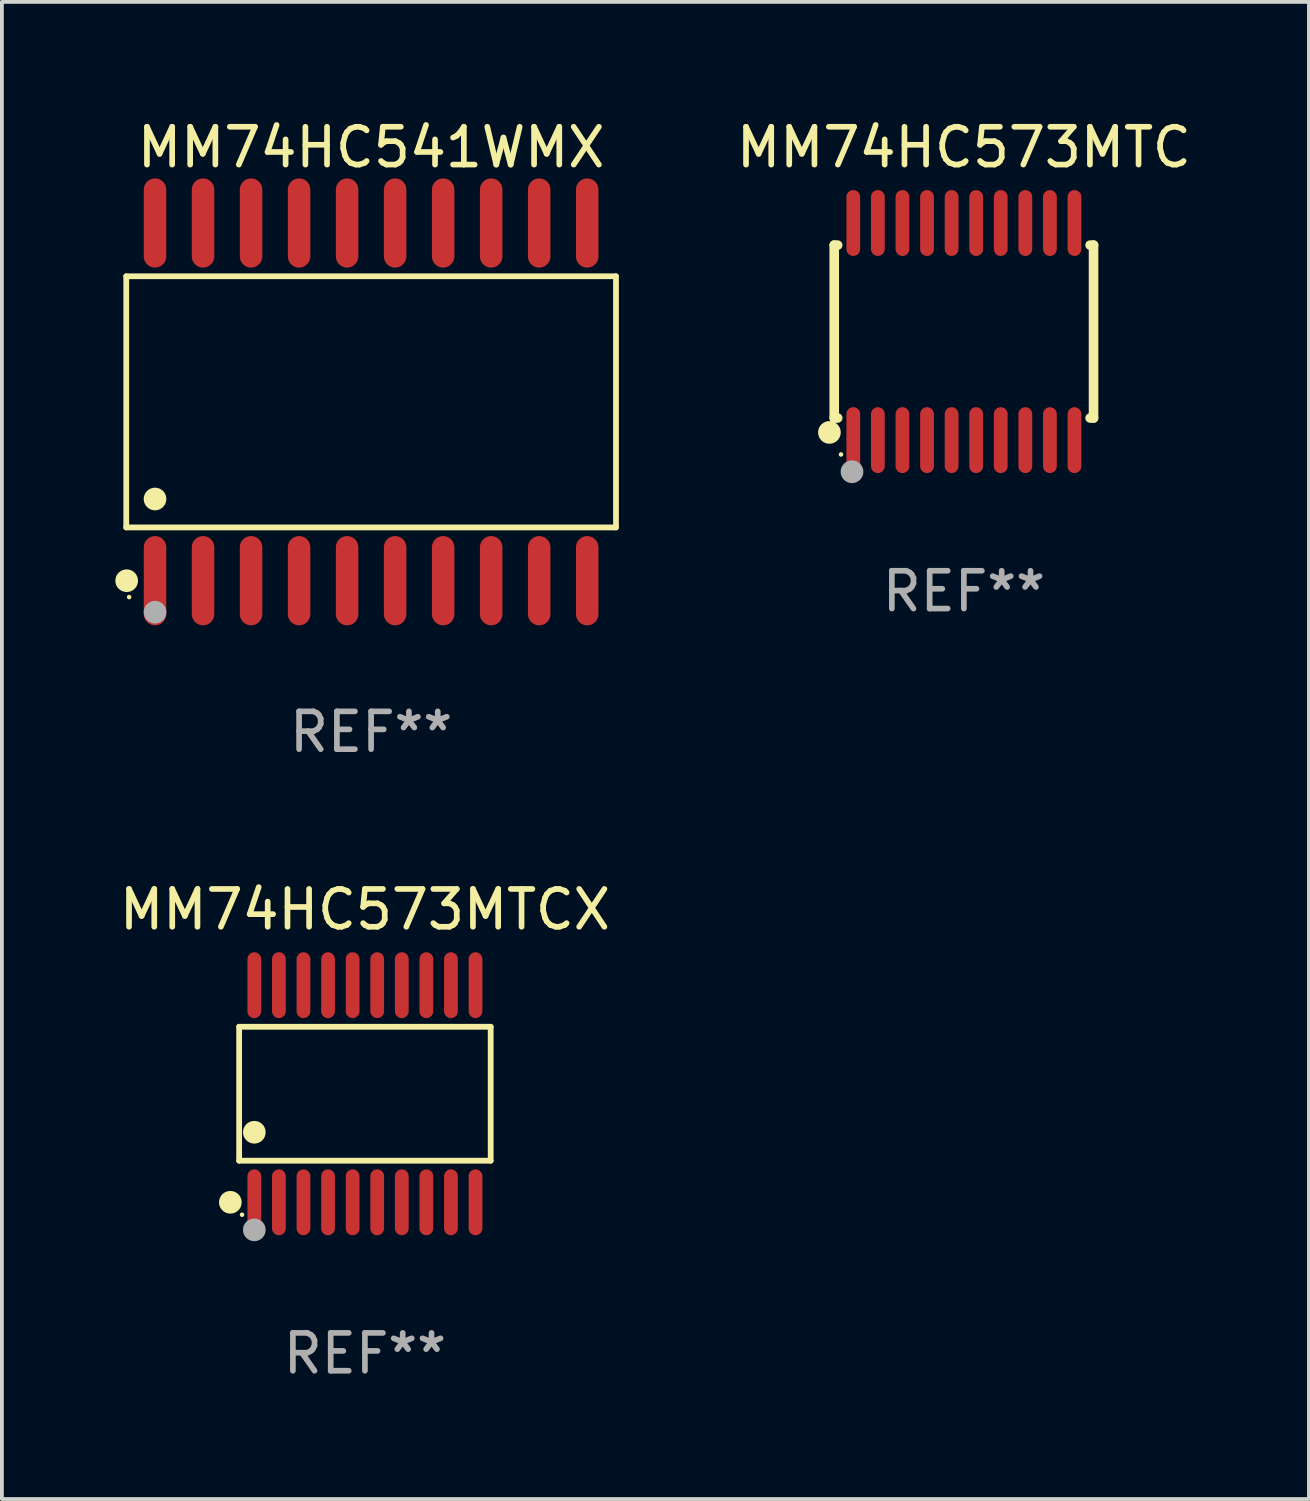
<source format=kicad_pcb>
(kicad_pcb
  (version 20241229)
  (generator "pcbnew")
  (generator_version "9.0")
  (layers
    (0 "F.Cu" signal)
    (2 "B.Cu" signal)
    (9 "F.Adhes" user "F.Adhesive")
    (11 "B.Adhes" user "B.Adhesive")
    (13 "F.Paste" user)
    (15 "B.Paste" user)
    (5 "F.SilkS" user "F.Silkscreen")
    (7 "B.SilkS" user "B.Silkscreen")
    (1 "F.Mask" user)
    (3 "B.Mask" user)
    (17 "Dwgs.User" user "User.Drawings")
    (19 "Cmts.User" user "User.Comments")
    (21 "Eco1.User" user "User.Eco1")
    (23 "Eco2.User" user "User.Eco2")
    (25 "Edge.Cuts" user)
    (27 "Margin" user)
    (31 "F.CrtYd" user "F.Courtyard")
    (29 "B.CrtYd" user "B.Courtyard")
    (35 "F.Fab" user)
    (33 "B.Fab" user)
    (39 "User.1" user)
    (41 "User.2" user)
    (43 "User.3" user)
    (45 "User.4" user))
  (footprint "MM74HC573MTCX"
    (layer "F.Cu")
    (at 6.601 25.876)
    (property "Reference" "MM74HC573MTCX" (at 0 -4.871 0) (layer "F.SilkS") (effects (font (size 1 1) (thickness 0.15))))
    (attr through_hole)
    (fp_line (start -3.326 -1.771) (end 3.326 -1.771) (stroke (width 0.152) (type solid)) (layer "F.SilkS"))
    (fp_line (start -3.326 1.771) (end -3.326 -1.771) (stroke (width 0.152) (type solid)) (layer "F.SilkS"))
    (fp_line (start 3.326 -1.771) (end 3.326 1.771) (stroke (width 0.152) (type solid)) (layer "F.SilkS"))
    (fp_line (start 3.326 1.771) (end -3.326 1.771) (stroke (width 0.152) (type solid)) (layer "F.SilkS"))
    (fp_circle (center -3.559 2.871) (end -3.409 2.871) (stroke (width 0.3) (type solid)) (fill no) (layer "F.SilkS"))
    (fp_circle (center -3.25 3.2) (end -3.22 3.2) (stroke (width 0.06) (type solid)) (fill no) (layer "F.SilkS"))
    (fp_circle (center -2.925 1.019) (end -2.775 1.019) (stroke (width 0.3) (type solid)) (fill no) (layer "F.SilkS"))
    (fp_circle (center -2.925 3.6) (end -2.775 3.6) (stroke (width 0.3) (type solid)) (fill no) (layer "F.Fab"))
    (fp_text user "REF**" (at 0 6.871 0) (layer "F.Fab") (effects (font (size 1 1) (thickness 0.15))))
    (pad "1" smd oval (at -2.925 2.871) (size 0.364 1.742) (layers "F.Cu" "F.Mask" "F.Paste"))
    (pad "2" smd oval (at -2.275 2.871) (size 0.364 1.742) (layers "F.Cu" "F.Mask" "F.Paste"))
    (pad "3" smd oval (at -1.625 2.871) (size 0.364 1.742) (layers "F.Cu" "F.Mask" "F.Paste"))
    (pad "4" smd oval (at -0.975 2.871) (size 0.364 1.742) (layers "F.Cu" "F.Mask" "F.Paste"))
    (pad "5" smd oval (at -0.325 2.871) (size 0.364 1.742) (layers "F.Cu" "F.Mask" "F.Paste"))
    (pad "6" smd oval (at 0.325 2.871) (size 0.364 1.742) (layers "F.Cu" "F.Mask" "F.Paste"))
    (pad "7" smd oval (at 0.975 2.871) (size 0.364 1.742) (layers "F.Cu" "F.Mask" "F.Paste"))
    (pad "8" smd oval (at 1.625 2.871) (size 0.364 1.742) (layers "F.Cu" "F.Mask" "F.Paste"))
    (pad "9" smd oval (at 2.275 2.871) (size 0.364 1.742) (layers "F.Cu" "F.Mask" "F.Paste"))
    (pad "10" smd oval (at 2.925 2.871) (size 0.364 1.742) (layers "F.Cu" "F.Mask" "F.Paste"))
    (pad "11" smd oval (at 2.925 -2.871) (size 0.364 1.742) (layers "F.Cu" "F.Mask" "F.Paste"))
    (pad "12" smd oval (at 2.275 -2.871) (size 0.364 1.742) (layers "F.Cu" "F.Mask" "F.Paste"))
    (pad "13" smd oval (at 1.625 -2.871) (size 0.364 1.742) (layers "F.Cu" "F.Mask" "F.Paste"))
    (pad "14" smd oval (at 0.975 -2.871) (size 0.364 1.742) (layers "F.Cu" "F.Mask" "F.Paste"))
    (pad "15" smd oval (at 0.325 -2.871) (size 0.364 1.742) (layers "F.Cu" "F.Mask" "F.Paste"))
    (pad "16" smd oval (at -0.325 -2.871) (size 0.364 1.742) (layers "F.Cu" "F.Mask" "F.Paste"))
    (pad "17" smd oval (at -0.975 -2.871) (size 0.364 1.742) (layers "F.Cu" "F.Mask" "F.Paste"))
    (pad "18" smd oval (at -1.625 -2.871) (size 0.364 1.742) (layers "F.Cu" "F.Mask" "F.Paste"))
    (pad "19" smd oval (at -2.275 -2.871) (size 0.364 1.742) (layers "F.Cu" "F.Mask" "F.Paste"))
    (pad "20" smd oval (at -2.925 -2.871) (size 0.364 1.742) (layers "F.Cu" "F.Mask" "F.Paste")))
  (footprint "MM74HC541WMX"
    (layer "F.Cu")
    (at 6.765 7.578)
    (property "Reference" "MM74HC541WMX" (at 0 -6.73 0) (layer "F.SilkS") (effects (font (size 1 1) (thickness 0.15))))
    (attr through_hole)
    (fp_line (start -6.476 -3.321) (end 6.476 -3.321) (stroke (width 0.152) (type solid)) (layer "F.SilkS"))
    (fp_line (start -6.476 3.321) (end -6.476 -3.321) (stroke (width 0.152) (type solid)) (layer "F.SilkS"))
    (fp_line (start 6.476 -3.321) (end 6.476 3.321) (stroke (width 0.152) (type solid)) (layer "F.SilkS"))
    (fp_line (start 6.476 3.321) (end -6.476 3.321) (stroke (width 0.152) (type solid)) (layer "F.SilkS"))
    (fp_circle (center -6.465 4.73) (end -6.315 4.73) (stroke (width 0.3) (type solid)) (fill no) (layer "F.SilkS"))
    (fp_circle (center -6.4 5.163) (end -6.37 5.163) (stroke (width 0.06) (type solid)) (fill no) (layer "F.SilkS"))
    (fp_circle (center -5.715 2.569) (end -5.565 2.569) (stroke (width 0.3) (type solid)) (fill no) (layer "F.SilkS"))
    (fp_circle (center -5.715 5.563) (end -5.565 5.563) (stroke (width 0.3) (type solid)) (fill no) (layer "F.Fab"))
    (fp_text user "REF**" (at 0 8.73 0) (layer "F.Fab") (effects (font (size 1 1) (thickness 0.15))))
    (pad "1" smd oval (at -5.715 4.73) (size 0.595 2.36) (layers "F.Cu" "F.Mask" "F.Paste"))
    (pad "2" smd oval (at -4.445 4.73) (size 0.595 2.36) (layers "F.Cu" "F.Mask" "F.Paste"))
    (pad "3" smd oval (at -3.175 4.73) (size 0.595 2.36) (layers "F.Cu" "F.Mask" "F.Paste"))
    (pad "4" smd oval (at -1.905 4.73) (size 0.595 2.36) (layers "F.Cu" "F.Mask" "F.Paste"))
    (pad "5" smd oval (at -0.635 4.73) (size 0.595 2.36) (layers "F.Cu" "F.Mask" "F.Paste"))
    (pad "6" smd oval (at 0.635 4.73) (size 0.595 2.36) (layers "F.Cu" "F.Mask" "F.Paste"))
    (pad "7" smd oval (at 1.905 4.73) (size 0.595 2.36) (layers "F.Cu" "F.Mask" "F.Paste"))
    (pad "8" smd oval (at 3.175 4.73) (size 0.595 2.36) (layers "F.Cu" "F.Mask" "F.Paste"))
    (pad "9" smd oval (at 4.445 4.73) (size 0.595 2.36) (layers "F.Cu" "F.Mask" "F.Paste"))
    (pad "10" smd oval (at 5.715 4.73) (size 0.595 2.36) (layers "F.Cu" "F.Mask" "F.Paste"))
    (pad "11" smd oval (at 5.715 -4.73) (size 0.595 2.36) (layers "F.Cu" "F.Mask" "F.Paste"))
    (pad "12" smd oval (at 4.445 -4.73) (size 0.595 2.36) (layers "F.Cu" "F.Mask" "F.Paste"))
    (pad "13" smd oval (at 3.175 -4.73) (size 0.595 2.36) (layers "F.Cu" "F.Mask" "F.Paste"))
    (pad "14" smd oval (at 1.905 -4.73) (size 0.595 2.36) (layers "F.Cu" "F.Mask" "F.Paste"))
    (pad "15" smd oval (at 0.635 -4.73) (size 0.595 2.36) (layers "F.Cu" "F.Mask" "F.Paste"))
    (pad "16" smd oval (at -0.635 -4.73) (size 0.595 2.36) (layers "F.Cu" "F.Mask" "F.Paste"))
    (pad "17" smd oval (at -1.905 -4.73) (size 0.595 2.36) (layers "F.Cu" "F.Mask" "F.Paste"))
    (pad "18" smd oval (at -3.175 -4.73) (size 0.595 2.36) (layers "F.Cu" "F.Mask" "F.Paste"))
    (pad "19" smd oval (at -4.445 -4.73) (size 0.595 2.36) (layers "F.Cu" "F.Mask" "F.Paste"))
    (pad "20" smd oval (at -5.715 -4.73) (size 0.595 2.36) (layers "F.Cu" "F.Mask" "F.Paste")))
  (footprint "MM74HC573MTC"
    (layer "F.Cu")
    (at 22.442 5.719)
    (property "Reference" "MM74HC573MTC" (at 0 -4.871 0) (layer "F.SilkS") (effects (font (size 1 1) (thickness 0.15))))
    (attr through_hole)
    (fp_line (start -3.429 -2.286) (end -3.429 2.286) (stroke (width 0.254) (type solid)) (layer "F.SilkS"))
    (fp_line (start -3.429 2.286) (end -3.338 2.286) (stroke (width 0.254) (type solid)) (layer "F.SilkS"))
    (fp_line (start -3.338 -2.286) (end -3.429 -2.286) (stroke (width 0.254) (type solid)) (layer "F.SilkS"))
    (fp_line (start 3.338 -2.286) (end 3.429 -2.286) (stroke (width 0.254) (type solid)) (layer "F.SilkS"))
    (fp_line (start 3.429 -2.286) (end 3.429 2.286) (stroke (width 0.254) (type solid)) (layer "F.SilkS"))
    (fp_line (start 3.429 2.286) (end 3.338 2.286) (stroke (width 0.254) (type solid)) (layer "F.SilkS"))
    (fp_circle (center -3.556 2.667) (end -3.406 2.667) (stroke (width 0.3) (type solid)) (fill no) (layer "F.SilkS"))
    (fp_circle (center -3.25 3.25) (end -3.22 3.25) (stroke (width 0.06) (type solid)) (fill no) (layer "F.SilkS"))
    (fp_circle (center -2.959 3.707) (end -2.808 3.707) (stroke (width 0.3) (type solid)) (fill no) (layer "F.Fab"))
    (fp_text user "REF**" (at 0 6.871 0) (layer "F.Fab") (effects (font (size 1 1) (thickness 0.15))))
    (pad "1" smd oval (at -2.925 2.871) (size 0.364 1.742) (layers "F.Cu" "F.Mask" "F.Paste"))
    (pad "2" smd oval (at -2.275 2.871) (size 0.364 1.742) (layers "F.Cu" "F.Mask" "F.Paste"))
    (pad "3" smd oval (at -1.625 2.871) (size 0.364 1.742) (layers "F.Cu" "F.Mask" "F.Paste"))
    (pad "4" smd oval (at -0.975 2.871) (size 0.364 1.742) (layers "F.Cu" "F.Mask" "F.Paste"))
    (pad "5" smd oval (at -0.325 2.871) (size 0.364 1.742) (layers "F.Cu" "F.Mask" "F.Paste"))
    (pad "6" smd oval (at 0.325 2.871) (size 0.364 1.742) (layers "F.Cu" "F.Mask" "F.Paste"))
    (pad "7" smd oval (at 0.975 2.871) (size 0.364 1.742) (layers "F.Cu" "F.Mask" "F.Paste"))
    (pad "8" smd oval (at 1.625 2.871) (size 0.364 1.742) (layers "F.Cu" "F.Mask" "F.Paste"))
    (pad "9" smd oval (at 2.275 2.871) (size 0.364 1.742) (layers "F.Cu" "F.Mask" "F.Paste"))
    (pad "10" smd oval (at 2.925 2.871) (size 0.364 1.742) (layers "F.Cu" "F.Mask" "F.Paste"))
    (pad "11" smd oval (at 2.925 -2.871) (size 0.364 1.742) (layers "F.Cu" "F.Mask" "F.Paste"))
    (pad "12" smd oval (at 2.275 -2.871) (size 0.364 1.742) (layers "F.Cu" "F.Mask" "F.Paste"))
    (pad "13" smd oval (at 1.625 -2.871) (size 0.364 1.742) (layers "F.Cu" "F.Mask" "F.Paste"))
    (pad "14" smd oval (at 0.975 -2.871) (size 0.364 1.742) (layers "F.Cu" "F.Mask" "F.Paste"))
    (pad "15" smd oval (at 0.325 -2.871) (size 0.364 1.742) (layers "F.Cu" "F.Mask" "F.Paste"))
    (pad "16" smd oval (at -0.325 -2.871) (size 0.364 1.742) (layers "F.Cu" "F.Mask" "F.Paste"))
    (pad "17" smd oval (at -0.975 -2.871) (size 0.364 1.742) (layers "F.Cu" "F.Mask" "F.Paste"))
    (pad "18" smd oval (at -1.625 -2.871) (size 0.364 1.742) (layers "F.Cu" "F.Mask" "F.Paste"))
    (pad "19" smd oval (at -2.275 -2.871) (size 0.364 1.742) (layers "F.Cu" "F.Mask" "F.Paste"))
    (pad "20" smd oval (at -2.925 -2.871) (size 0.364 1.742) (layers "F.Cu" "F.Mask" "F.Paste")))
  (gr_rect
    (start -3 -3)
    (end 31.567 36.595)
    (stroke (width 0.1) (type default))
    (fill no)
    (layer "Edge.Cuts")))
</source>
